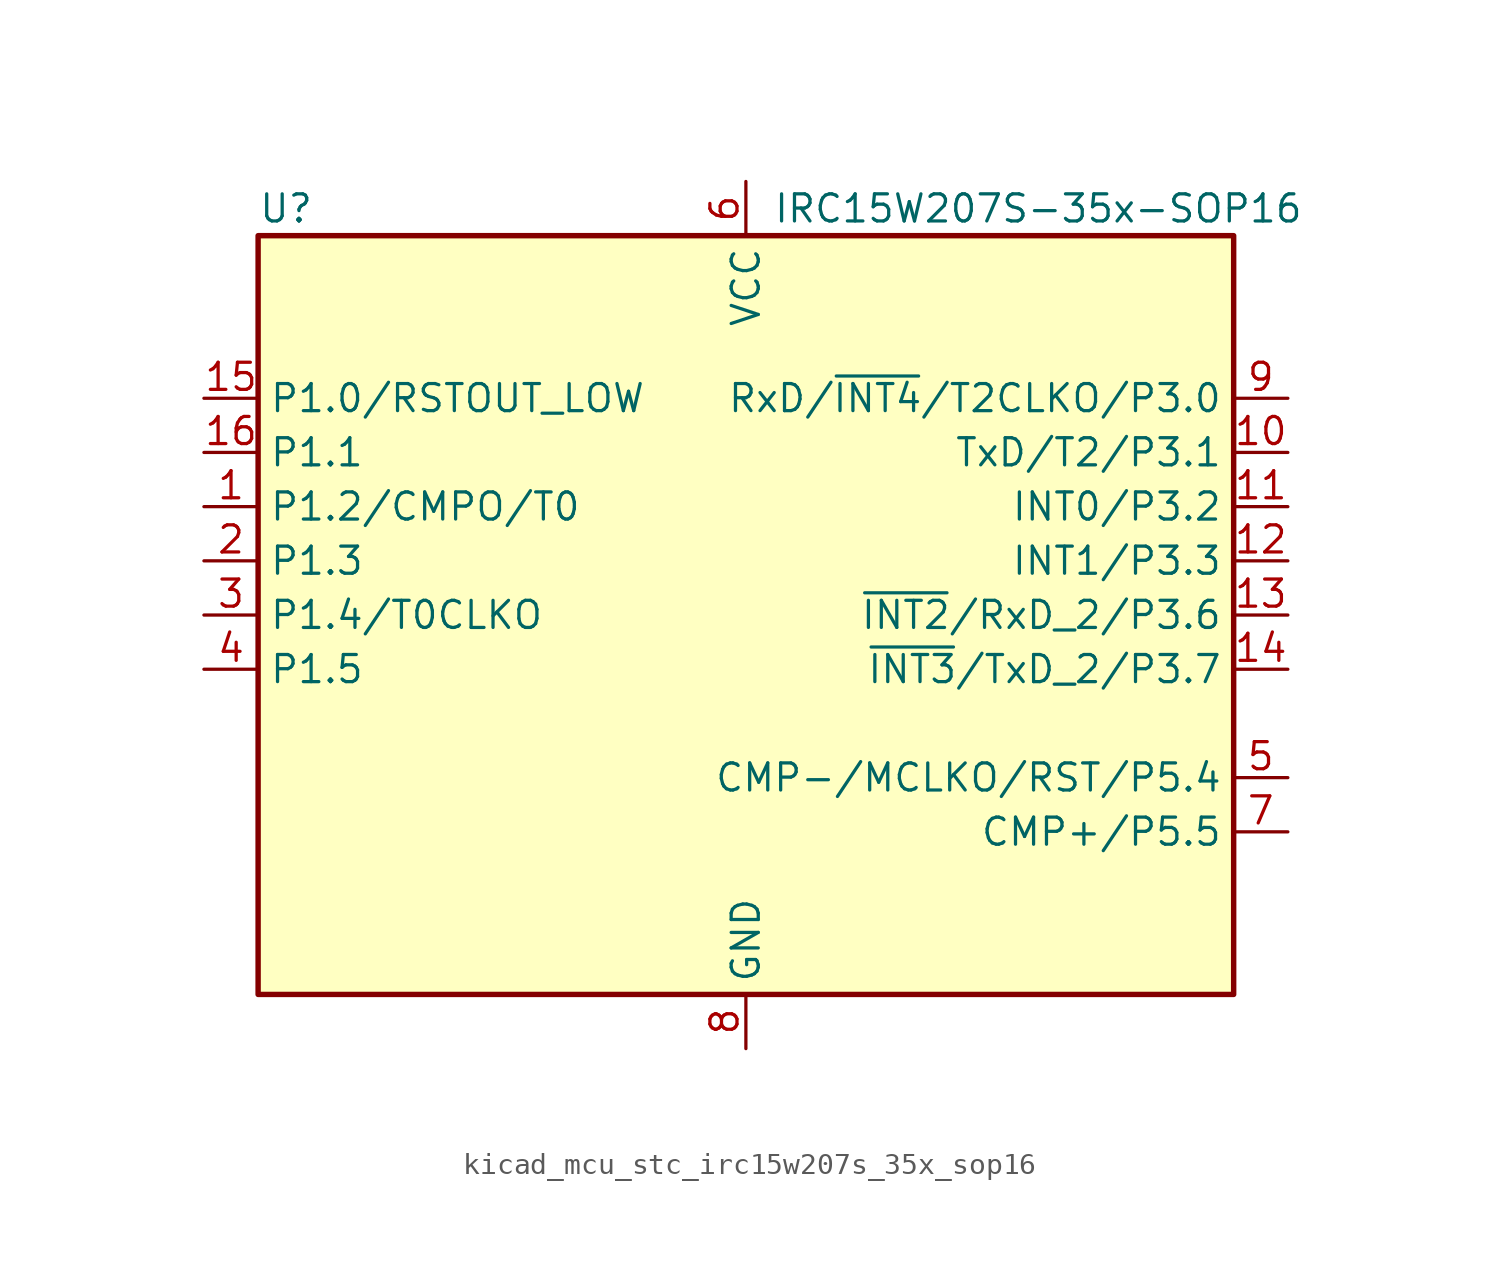
<source format=kicad_sym>
(kicad_symbol_lib
  (version 20220914)
  (generator kicad_symbol_editor)
  (symbol "kicad_mcu_stc_irc15w207s_35x_sop16"
    (property "Reference" "U"
      (at -22.86 19.05 0)
      (effects (font (size 1.27 1.27)) (justify left)))
    (property "Value" "IRC15W207S-35x-SOP16"
      (at 1.27 19.05 0)
      (effects (font (size 1.27 1.27)) (justify left)))
    (symbol "kicad_mcu_stc_irc15w207s_35x_sop16_0_1"
      (rectangle (start -22.86 17.78) (end 22.86 -17.78) (stroke (width 0.254) (type default)) (fill (type background))))
    (symbol "kicad_mcu_stc_irc15w207s_35x_sop16_1_1"
      (pin bidirectional line (at -25.4 5.08 0) (length 2.54) (name "P1.2/CMPO/T0" (effects (font (size 1.27 1.27)))) (number "1" (effects (font (size 1.27 1.27)))))
      (pin bidirectional line (at 25.4 7.62 180) (length 2.54) (name "TxD/T2/P3.1" (effects (font (size 1.27 1.27)))) (number "10" (effects (font (size 1.27 1.27)))))
      (pin bidirectional line (at 25.4 5.08 180) (length 2.54) (name "INT0/P3.2" (effects (font (size 1.27 1.27)))) (number "11" (effects (font (size 1.27 1.27)))))
      (pin bidirectional line (at 25.4 2.54 180) (length 2.54) (name "INT1/P3.3" (effects (font (size 1.27 1.27)))) (number "12" (effects (font (size 1.27 1.27)))))
      (pin bidirectional line (at 25.4 0 180) (length 2.54) (name "~{INT2}/RxD_2/P3.6" (effects (font (size 1.27 1.27)))) (number "13" (effects (font (size 1.27 1.27)))))
      (pin bidirectional line (at 25.4 -2.54 180) (length 2.54) (name "~{INT3}/TxD_2/P3.7" (effects (font (size 1.27 1.27)))) (number "14" (effects (font (size 1.27 1.27)))))
      (pin bidirectional line (at -25.4 10.16 0) (length 2.54) (name "P1.0/RSTOUT_LOW" (effects (font (size 1.27 1.27)))) (number "15" (effects (font (size 1.27 1.27)))))
      (pin bidirectional line (at -25.4 7.62 0) (length 2.54) (name "P1.1" (effects (font (size 1.27 1.27)))) (number "16" (effects (font (size 1.27 1.27)))))
      (pin bidirectional line (at -25.4 2.54 0) (length 2.54) (name "P1.3" (effects (font (size 1.27 1.27)))) (number "2" (effects (font (size 1.27 1.27)))))
      (pin bidirectional line (at -25.4 0 0) (length 2.54) (name "P1.4/T0CLKO" (effects (font (size 1.27 1.27)))) (number "3" (effects (font (size 1.27 1.27)))))
      (pin bidirectional line (at -25.4 -2.54 0) (length 2.54) (name "P1.5" (effects (font (size 1.27 1.27)))) (number "4" (effects (font (size 1.27 1.27)))))
      (pin bidirectional line (at 25.4 -7.62 180) (length 2.54) (name "CMP-/MCLKO/RST/P5.4" (effects (font (size 1.27 1.27)))) (number "5" (effects (font (size 1.27 1.27)))))
      (pin power_in line (at 0 20.32 270) (length 2.54) (name "VCC" (effects (font (size 1.27 1.27)))) (number "6" (effects (font (size 1.27 1.27)))))
      (pin bidirectional line (at 25.4 -10.16 180) (length 2.54) (name "CMP+/P5.5" (effects (font (size 1.27 1.27)))) (number "7" (effects (font (size 1.27 1.27)))))
      (pin power_in line (at 0 -20.32 90) (length 2.54) (name "GND" (effects (font (size 1.27 1.27)))) (number "8" (effects (font (size 1.27 1.27)))))
      (pin bidirectional line (at 25.4 10.16 180) (length 2.54) (name "RxD/~{INT4}/T2CLKO/P3.0" (effects (font (size 1.27 1.27)))) (number "9" (effects (font (size 1.27 1.27))))))))
</source>
